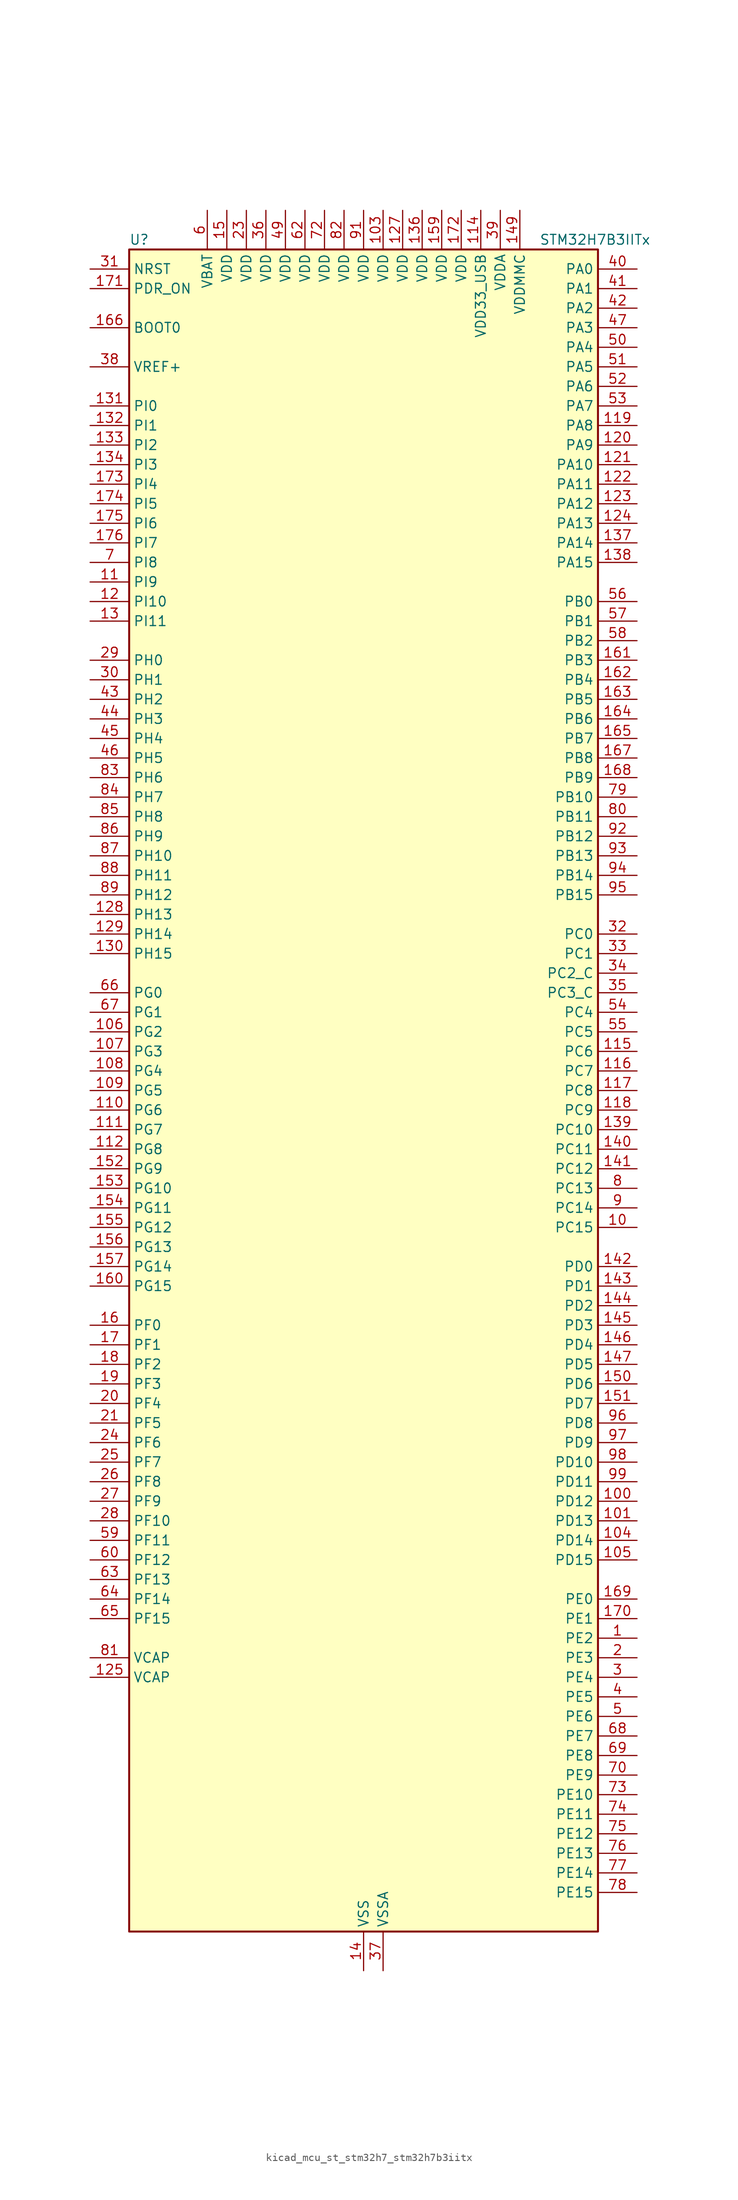
<source format=kicad_sym>
(kicad_symbol_lib
  (version 20220914)
  (generator kicad_symbol_editor)
  (symbol "kicad_mcu_st_stm32h7_stm32h7b3iitx"
    (property "Reference" "U"
      (at -30.48 110.49 0)
      (effects (font (size 1.27 1.27)) (justify left)))
    (property "Value" "STM32H7B3IITx"
      (at 22.86 110.49 0)
      (effects (font (size 1.27 1.27)) (justify left)))
    (property "ki_locked" ""
      (at 0 0 0)
      (effects (font (size 1.27 1.27))))
    (symbol "kicad_mcu_st_stm32h7_stm32h7b3iitx_0_1"
      (rectangle (start -30.48 -109.22) (end 30.48 109.22) (stroke (width 0.254) (type default)) (fill (type background))))
    (symbol "kicad_mcu_st_stm32h7_stm32h7b3iitx_1_1"
      (pin bidirectional line (at 35.56 -71.12 180) (length 5.08) (name "PE2" (effects (font (size 1.27 1.27)))) (number "1" (effects (font (size 1.27 1.27)))) (alternate "DEBUG_TRACECLK" bidirectional line) (alternate "FMC_A23" bidirectional line) (alternate "OCTOSPIM_P1_IO2" bidirectional line) (alternate "SAI1_CK1" bidirectional line) (alternate "SAI1_MCLK_A" bidirectional line) (alternate "SPI4_SCK" bidirectional line) (alternate "USART10_RX" bidirectional line))
      (pin bidirectional line (at 35.56 -17.78 180) (length 5.08) (name "PC15" (effects (font (size 1.27 1.27)))) (number "10" (effects (font (size 1.27 1.27)))) (alternate "ADC1_EXTI15" bidirectional line) (alternate "ADC2_EXTI15" bidirectional line) (alternate "RCC_OSC32_OUT" bidirectional line))
      (pin bidirectional line (at 35.56 -53.34 180) (length 5.08) (name "PD12" (effects (font (size 1.27 1.27)))) (number "100" (effects (font (size 1.27 1.27)))) (alternate "DCMI_D12" bidirectional line) (alternate "FMC_A17" bidirectional line) (alternate "FMC_ALE" bidirectional line) (alternate "I2C4_SCL" bidirectional line) (alternate "LPTIM1_IN1" bidirectional line) (alternate "LPTIM2_IN1" bidirectional line) (alternate "OCTOSPIM_P1_IO1" bidirectional line) (alternate "PSSI_D12" bidirectional line) (alternate "SAI2_FS_A" bidirectional line) (alternate "TIM4_CH1" bidirectional line) (alternate "USART3_DE" bidirectional line) (alternate "USART3_RTS" bidirectional line))
      (pin bidirectional line (at 35.56 -55.88 180) (length 5.08) (name "PD13" (effects (font (size 1.27 1.27)))) (number "101" (effects (font (size 1.27 1.27)))) (alternate "DCMI_D13" bidirectional line) (alternate "FMC_A18" bidirectional line) (alternate "I2C4_SDA" bidirectional line) (alternate "LPTIM1_OUT" bidirectional line) (alternate "OCTOSPIM_P1_IO3" bidirectional line) (alternate "PSSI_D13" bidirectional line) (alternate "SAI2_SCK_A" bidirectional line) (alternate "TIM4_CH2" bidirectional line) (alternate "UART9_DE" bidirectional line) (alternate "UART9_RTS" bidirectional line))
      (pin passive line (at 0 -114.3 90) (length 5.08) hide (name "VSS" (effects (font (size 1.27 1.27)))) (number "102" (effects (font (size 1.27 1.27)))))
      (pin power_in line (at 2.54 114.3 270) (length 5.08) (name "VDD" (effects (font (size 1.27 1.27)))) (number "103" (effects (font (size 1.27 1.27)))))
      (pin bidirectional line (at 35.56 -58.42 180) (length 5.08) (name "PD14" (effects (font (size 1.27 1.27)))) (number "104" (effects (font (size 1.27 1.27)))) (alternate "FMC_D0" bidirectional line) (alternate "FMC_DA0" bidirectional line) (alternate "TIM4_CH3" bidirectional line) (alternate "UART8_CTS" bidirectional line) (alternate "UART9_RX" bidirectional line))
      (pin bidirectional line (at 35.56 -60.96 180) (length 5.08) (name "PD15" (effects (font (size 1.27 1.27)))) (number "105" (effects (font (size 1.27 1.27)))) (alternate "ADC1_EXTI15" bidirectional line) (alternate "ADC2_EXTI15" bidirectional line) (alternate "FMC_D1" bidirectional line) (alternate "FMC_DA1" bidirectional line) (alternate "TIM4_CH4" bidirectional line) (alternate "UART8_DE" bidirectional line) (alternate "UART8_RTS" bidirectional line) (alternate "UART9_TX" bidirectional line))
      (pin bidirectional line (at -35.56 7.62 0) (length 5.08) (name "PG2" (effects (font (size 1.27 1.27)))) (number "106" (effects (font (size 1.27 1.27)))) (alternate "FMC_A12" bidirectional line) (alternate "TIM8_BKIN" bidirectional line) (alternate "TIM8_BKIN_COMP1" bidirectional line) (alternate "TIM8_BKIN_COMP2" bidirectional line))
      (pin bidirectional line (at -35.56 5.08 0) (length 5.08) (name "PG3" (effects (font (size 1.27 1.27)))) (number "107" (effects (font (size 1.27 1.27)))) (alternate "FMC_A13" bidirectional line) (alternate "TIM8_BKIN2" bidirectional line) (alternate "TIM8_BKIN2_COMP1" bidirectional line) (alternate "TIM8_BKIN2_COMP2" bidirectional line))
      (pin bidirectional line (at -35.56 2.54 0) (length 5.08) (name "PG4" (effects (font (size 1.27 1.27)))) (number "108" (effects (font (size 1.27 1.27)))) (alternate "FMC_A14" bidirectional line) (alternate "FMC_BA0" bidirectional line) (alternate "TIM1_BKIN2" bidirectional line) (alternate "TIM1_BKIN2_COMP1" bidirectional line) (alternate "TIM1_BKIN2_COMP2" bidirectional line))
      (pin bidirectional line (at -35.56 0 0) (length 5.08) (name "PG5" (effects (font (size 1.27 1.27)))) (number "109" (effects (font (size 1.27 1.27)))) (alternate "FMC_A15" bidirectional line) (alternate "FMC_BA1" bidirectional line) (alternate "TIM1_ETR" bidirectional line))
      (pin bidirectional line (at -35.56 66.04 0) (length 5.08) (name "PI9" (effects (font (size 1.27 1.27)))) (number "11" (effects (font (size 1.27 1.27)))) (alternate "DAC1_EXTI9" bidirectional line) (alternate "FDCAN1_RX" bidirectional line) (alternate "FMC_D30" bidirectional line) (alternate "LTDC_VSYNC" bidirectional line) (alternate "OCTOSPIM_P2_IO0" bidirectional line) (alternate "UART4_RX" bidirectional line))
      (pin bidirectional line (at -35.56 -2.54 0) (length 5.08) (name "PG6" (effects (font (size 1.27 1.27)))) (number "110" (effects (font (size 1.27 1.27)))) (alternate "DCMI_D12" bidirectional line) (alternate "FMC_NE3" bidirectional line) (alternate "LTDC_R7" bidirectional line) (alternate "OCTOSPIM_P1_NCS" bidirectional line) (alternate "PSSI_D12" bidirectional line) (alternate "TIM17_BKIN" bidirectional line))
      (pin bidirectional line (at -35.56 -5.08 0) (length 5.08) (name "PG7" (effects (font (size 1.27 1.27)))) (number "111" (effects (font (size 1.27 1.27)))) (alternate "DCMI_D13" bidirectional line) (alternate "FMC_INT" bidirectional line) (alternate "LTDC_CLK" bidirectional line) (alternate "OCTOSPIM_P2_DQS" bidirectional line) (alternate "PSSI_D13" bidirectional line) (alternate "SAI1_MCLK_A" bidirectional line) (alternate "USART6_CK" bidirectional line))
      (pin bidirectional line (at -35.56 -7.62 0) (length 5.08) (name "PG8" (effects (font (size 1.27 1.27)))) (number "112" (effects (font (size 1.27 1.27)))) (alternate "FMC_SDCLK" bidirectional line) (alternate "I2S6_WS" bidirectional line) (alternate "LTDC_G7" bidirectional line) (alternate "SPDIFRX_IN2" bidirectional line) (alternate "SPI6_NSS" bidirectional line) (alternate "TIM8_ETR" bidirectional line) (alternate "USART6_DE" bidirectional line) (alternate "USART6_RTS" bidirectional line))
      (pin passive line (at 0 -114.3 90) (length 5.08) hide (name "VSS" (effects (font (size 1.27 1.27)))) (number "113" (effects (font (size 1.27 1.27)))))
      (pin power_in line (at 15.24 114.3 270) (length 5.08) (name "VDD33_USB" (effects (font (size 1.27 1.27)))) (number "114" (effects (font (size 1.27 1.27)))))
      (pin bidirectional line (at 35.56 5.08 180) (length 5.08) (name "PC6" (effects (font (size 1.27 1.27)))) (number "115" (effects (font (size 1.27 1.27)))) (alternate "DCMI_D0" bidirectional line) (alternate "DFSDM1_CKIN3" bidirectional line) (alternate "FMC_NWAIT" bidirectional line) (alternate "I2S2_MCK" bidirectional line) (alternate "LTDC_HSYNC" bidirectional line) (alternate "PSSI_D0" bidirectional line) (alternate "SDMMC1_D0DIR" bidirectional line) (alternate "SDMMC1_D6" bidirectional line) (alternate "SDMMC2_D6" bidirectional line) (alternate "SWPMI1_IO" bidirectional line) (alternate "TIM3_CH1" bidirectional line) (alternate "TIM8_CH1" bidirectional line) (alternate "USART6_TX" bidirectional line))
      (pin bidirectional line (at 35.56 2.54 180) (length 5.08) (name "PC7" (effects (font (size 1.27 1.27)))) (number "116" (effects (font (size 1.27 1.27)))) (alternate "DCMI_D1" bidirectional line) (alternate "DEBUG_TRGIO" bidirectional line) (alternate "DFSDM1_DATIN3" bidirectional line) (alternate "FMC_NE1" bidirectional line) (alternate "I2S3_MCK" bidirectional line) (alternate "LTDC_G6" bidirectional line) (alternate "PSSI_D1" bidirectional line) (alternate "SDMMC1_D123DIR" bidirectional line) (alternate "SDMMC1_D7" bidirectional line) (alternate "SDMMC2_D7" bidirectional line) (alternate "SWPMI1_TX" bidirectional line) (alternate "TIM3_CH2" bidirectional line) (alternate "TIM8_CH2" bidirectional line) (alternate "USART6_RX" bidirectional line))
      (pin bidirectional line (at 35.56 0 180) (length 5.08) (name "PC8" (effects (font (size 1.27 1.27)))) (number "117" (effects (font (size 1.27 1.27)))) (alternate "DCMI_D2" bidirectional line) (alternate "DEBUG_TRACED1" bidirectional line) (alternate "FMC_INT" bidirectional line) (alternate "FMC_NCE" bidirectional line) (alternate "FMC_NE2" bidirectional line) (alternate "PSSI_D2" bidirectional line) (alternate "SDMMC1_D0" bidirectional line) (alternate "SWPMI1_RX" bidirectional line) (alternate "TIM3_CH3" bidirectional line) (alternate "TIM8_CH3" bidirectional line) (alternate "UART5_DE" bidirectional line) (alternate "UART5_RTS" bidirectional line) (alternate "USART6_CK" bidirectional line))
      (pin bidirectional line (at 35.56 -2.54 180) (length 5.08) (name "PC9" (effects (font (size 1.27 1.27)))) (number "118" (effects (font (size 1.27 1.27)))) (alternate "DAC1_EXTI9" bidirectional line) (alternate "DCMI_D3" bidirectional line) (alternate "I2C3_SDA" bidirectional line) (alternate "I2S_CKIN" bidirectional line) (alternate "LTDC_B2" bidirectional line) (alternate "LTDC_G3" bidirectional line) (alternate "OCTOSPIM_P1_IO0" bidirectional line) (alternate "PSSI_D3" bidirectional line) (alternate "RCC_MCO_2" bidirectional line) (alternate "SDMMC1_D1" bidirectional line) (alternate "SWPMI1_SUSPEND" bidirectional line) (alternate "TIM3_CH4" bidirectional line) (alternate "TIM8_CH4" bidirectional line) (alternate "UART5_CTS" bidirectional line))
      (pin bidirectional line (at 35.56 86.36 180) (length 5.08) (name "PA8" (effects (font (size 1.27 1.27)))) (number "119" (effects (font (size 1.27 1.27)))) (alternate "I2C3_SCL" bidirectional line) (alternate "LTDC_B3" bidirectional line) (alternate "LTDC_R6" bidirectional line) (alternate "RCC_MCO_1" bidirectional line) (alternate "TIM1_CH1" bidirectional line) (alternate "TIM8_BKIN2" bidirectional line) (alternate "TIM8_BKIN2_COMP1" bidirectional line) (alternate "TIM8_BKIN2_COMP2" bidirectional line) (alternate "UART7_RX" bidirectional line) (alternate "USART1_CK" bidirectional line) (alternate "USB_OTG_HS_SOF" bidirectional line))
      (pin bidirectional line (at -35.56 63.5 0) (length 5.08) (name "PI10" (effects (font (size 1.27 1.27)))) (number "12" (effects (font (size 1.27 1.27)))) (alternate "FMC_D31" bidirectional line) (alternate "LTDC_HSYNC" bidirectional line) (alternate "OCTOSPIM_P2_IO1" bidirectional line) (alternate "PSSI_D14" bidirectional line))
      (pin bidirectional line (at 35.56 83.82 180) (length 5.08) (name "PA9" (effects (font (size 1.27 1.27)))) (number "120" (effects (font (size 1.27 1.27)))) (alternate "DAC1_EXTI9" bidirectional line) (alternate "DCMI_D0" bidirectional line) (alternate "I2C3_SMBA" bidirectional line) (alternate "I2S2_CK" bidirectional line) (alternate "LPUART1_TX" bidirectional line) (alternate "LTDC_R5" bidirectional line) (alternate "PSSI_D0" bidirectional line) (alternate "SPI2_SCK" bidirectional line) (alternate "TIM1_CH2" bidirectional line) (alternate "USART1_TX" bidirectional line) (alternate "USB_OTG_HS_VBUS" bidirectional line))
      (pin bidirectional line (at 35.56 81.28 180) (length 5.08) (name "PA10" (effects (font (size 1.27 1.27)))) (number "121" (effects (font (size 1.27 1.27)))) (alternate "DCMI_D1" bidirectional line) (alternate "LPUART1_RX" bidirectional line) (alternate "LTDC_B1" bidirectional line) (alternate "LTDC_B4" bidirectional line) (alternate "MDIOS_MDIO" bidirectional line) (alternate "PSSI_D1" bidirectional line) (alternate "TIM1_CH3" bidirectional line) (alternate "USART1_RX" bidirectional line) (alternate "USB_OTG_HS_ID" bidirectional line))
      (pin bidirectional line (at 35.56 78.74 180) (length 5.08) (name "PA11" (effects (font (size 1.27 1.27)))) (number "122" (effects (font (size 1.27 1.27)))) (alternate "ADC1_EXTI11" bidirectional line) (alternate "ADC2_EXTI11" bidirectional line) (alternate "FDCAN1_RX" bidirectional line) (alternate "I2S2_WS" bidirectional line) (alternate "LPUART1_CTS" bidirectional line) (alternate "LTDC_R4" bidirectional line) (alternate "SPI2_NSS" bidirectional line) (alternate "TIM1_CH4" bidirectional line) (alternate "UART4_RX" bidirectional line) (alternate "USART1_CTS" bidirectional line) (alternate "USART1_NSS" bidirectional line) (alternate "USB_OTG_HS_DM" bidirectional line))
      (pin bidirectional line (at 35.56 76.2 180) (length 5.08) (name "PA12" (effects (font (size 1.27 1.27)))) (number "123" (effects (font (size 1.27 1.27)))) (alternate "FDCAN1_TX" bidirectional line) (alternate "I2S2_CK" bidirectional line) (alternate "LPUART1_DE" bidirectional line) (alternate "LPUART1_RTS" bidirectional line) (alternate "LTDC_R5" bidirectional line) (alternate "SAI2_FS_B" bidirectional line) (alternate "SPI2_SCK" bidirectional line) (alternate "TIM1_ETR" bidirectional line) (alternate "UART4_TX" bidirectional line) (alternate "USART1_DE" bidirectional line) (alternate "USART1_RTS" bidirectional line) (alternate "USB_OTG_HS_DP" bidirectional line))
      (pin bidirectional line (at 35.56 73.66 180) (length 5.08) (name "PA13" (effects (font (size 1.27 1.27)))) (number "124" (effects (font (size 1.27 1.27)))) (alternate "DEBUG_JTMS-SWDIO" bidirectional line))
      (pin power_out line (at -35.56 -76.2 0) (length 5.08) (name "VCAP" (effects (font (size 1.27 1.27)))) (number "125" (effects (font (size 1.27 1.27)))))
      (pin passive line (at 0 -114.3 90) (length 5.08) hide (name "VSS" (effects (font (size 1.27 1.27)))) (number "126" (effects (font (size 1.27 1.27)))))
      (pin power_in line (at 5.08 114.3 270) (length 5.08) (name "VDD" (effects (font (size 1.27 1.27)))) (number "127" (effects (font (size 1.27 1.27)))))
      (pin bidirectional line (at -35.56 22.86 0) (length 5.08) (name "PH13" (effects (font (size 1.27 1.27)))) (number "128" (effects (font (size 1.27 1.27)))) (alternate "FDCAN1_TX" bidirectional line) (alternate "FMC_D21" bidirectional line) (alternate "LTDC_G2" bidirectional line) (alternate "TIM8_CH1N" bidirectional line) (alternate "UART4_TX" bidirectional line))
      (pin bidirectional line (at -35.56 20.32 0) (length 5.08) (name "PH14" (effects (font (size 1.27 1.27)))) (number "129" (effects (font (size 1.27 1.27)))) (alternate "DCMI_D4" bidirectional line) (alternate "FDCAN1_RX" bidirectional line) (alternate "FMC_D22" bidirectional line) (alternate "LTDC_G3" bidirectional line) (alternate "PSSI_D4" bidirectional line) (alternate "TIM8_CH2N" bidirectional line) (alternate "UART4_RX" bidirectional line))
      (pin bidirectional line (at -35.56 60.96 0) (length 5.08) (name "PI11" (effects (font (size 1.27 1.27)))) (number "13" (effects (font (size 1.27 1.27)))) (alternate "ADC1_EXTI11" bidirectional line) (alternate "ADC2_EXTI11" bidirectional line) (alternate "LTDC_G6" bidirectional line) (alternate "OCTOSPIM_P2_IO2" bidirectional line) (alternate "PSSI_D15" bidirectional line) (alternate "PWR_WKUP5" bidirectional line) (alternate "USB_OTG_HS_ULPI_DIR" bidirectional line))
      (pin bidirectional line (at -35.56 17.78 0) (length 5.08) (name "PH15" (effects (font (size 1.27 1.27)))) (number "130" (effects (font (size 1.27 1.27)))) (alternate "ADC1_EXTI15" bidirectional line) (alternate "ADC2_EXTI15" bidirectional line) (alternate "DCMI_D11" bidirectional line) (alternate "FMC_D23" bidirectional line) (alternate "LTDC_G4" bidirectional line) (alternate "PSSI_D11" bidirectional line) (alternate "TIM8_CH3N" bidirectional line))
      (pin bidirectional line (at -35.56 88.9 0) (length 5.08) (name "PI0" (effects (font (size 1.27 1.27)))) (number "131" (effects (font (size 1.27 1.27)))) (alternate "DCMI_D13" bidirectional line) (alternate "FMC_D24" bidirectional line) (alternate "I2S2_WS" bidirectional line) (alternate "LTDC_G5" bidirectional line) (alternate "PSSI_D13" bidirectional line) (alternate "SPI2_NSS" bidirectional line) (alternate "TIM5_CH4" bidirectional line))
      (pin bidirectional line (at -35.56 86.36 0) (length 5.08) (name "PI1" (effects (font (size 1.27 1.27)))) (number "132" (effects (font (size 1.27 1.27)))) (alternate "DCMI_D8" bidirectional line) (alternate "FMC_D25" bidirectional line) (alternate "I2S2_CK" bidirectional line) (alternate "LTDC_G6" bidirectional line) (alternate "PSSI_D8" bidirectional line) (alternate "SPI2_SCK" bidirectional line) (alternate "TIM8_BKIN2" bidirectional line) (alternate "TIM8_BKIN2_COMP1" bidirectional line) (alternate "TIM8_BKIN2_COMP2" bidirectional line))
      (pin bidirectional line (at -35.56 83.82 0) (length 5.08) (name "PI2" (effects (font (size 1.27 1.27)))) (number "133" (effects (font (size 1.27 1.27)))) (alternate "DCMI_D9" bidirectional line) (alternate "FMC_D26" bidirectional line) (alternate "I2S2_SDI" bidirectional line) (alternate "LTDC_G7" bidirectional line) (alternate "PSSI_D9" bidirectional line) (alternate "SPI2_MISO" bidirectional line) (alternate "TIM8_CH4" bidirectional line))
      (pin bidirectional line (at -35.56 81.28 0) (length 5.08) (name "PI3" (effects (font (size 1.27 1.27)))) (number "134" (effects (font (size 1.27 1.27)))) (alternate "DCMI_D10" bidirectional line) (alternate "FMC_D27" bidirectional line) (alternate "I2S2_SDO" bidirectional line) (alternate "PSSI_D10" bidirectional line) (alternate "SPI2_MOSI" bidirectional line) (alternate "TIM8_ETR" bidirectional line))
      (pin passive line (at 0 -114.3 90) (length 5.08) hide (name "VSS" (effects (font (size 1.27 1.27)))) (number "135" (effects (font (size 1.27 1.27)))))
      (pin power_in line (at 7.62 114.3 270) (length 5.08) (name "VDD" (effects (font (size 1.27 1.27)))) (number "136" (effects (font (size 1.27 1.27)))))
      (pin bidirectional line (at 35.56 71.12 180) (length 5.08) (name "PA14" (effects (font (size 1.27 1.27)))) (number "137" (effects (font (size 1.27 1.27)))) (alternate "DEBUG_JTCK-SWCLK" bidirectional line))
      (pin bidirectional line (at 35.56 68.58 180) (length 5.08) (name "PA15" (effects (font (size 1.27 1.27)))) (number "138" (effects (font (size 1.27 1.27)))) (alternate "ADC1_EXTI15" bidirectional line) (alternate "ADC2_EXTI15" bidirectional line) (alternate "CEC" bidirectional line) (alternate "DEBUG_JTDI" bidirectional line) (alternate "I2S1_WS" bidirectional line) (alternate "I2S3_WS" bidirectional line) (alternate "I2S6_WS" bidirectional line) (alternate "LTDC_B6" bidirectional line) (alternate "LTDC_R3" bidirectional line) (alternate "SPI1_NSS" bidirectional line) (alternate "SPI3_NSS" bidirectional line) (alternate "SPI6_NSS" bidirectional line) (alternate "TIM2_CH1" bidirectional line) (alternate "TIM2_ETR" bidirectional line) (alternate "UART4_DE" bidirectional line) (alternate "UART4_RTS" bidirectional line) (alternate "UART7_TX" bidirectional line))
      (pin bidirectional line (at 35.56 -5.08 180) (length 5.08) (name "PC10" (effects (font (size 1.27 1.27)))) (number "139" (effects (font (size 1.27 1.27)))) (alternate "DCMI_D8" bidirectional line) (alternate "DFSDM1_CKIN5" bidirectional line) (alternate "DFSDM2_CKIN0" bidirectional line) (alternate "I2S3_CK" bidirectional line) (alternate "LTDC_B1" bidirectional line) (alternate "LTDC_R2" bidirectional line) (alternate "OCTOSPIM_P1_IO1" bidirectional line) (alternate "PSSI_D8" bidirectional line) (alternate "SDMMC1_D2" bidirectional line) (alternate "SPI3_SCK" bidirectional line) (alternate "SWPMI1_RX" bidirectional line) (alternate "UART4_TX" bidirectional line) (alternate "USART3_TX" bidirectional line))
      (pin power_in line (at 0 -114.3 90) (length 5.08) (name "VSS" (effects (font (size 1.27 1.27)))) (number "14" (effects (font (size 1.27 1.27)))))
      (pin bidirectional line (at 35.56 -7.62 180) (length 5.08) (name "PC11" (effects (font (size 1.27 1.27)))) (number "140" (effects (font (size 1.27 1.27)))) (alternate "ADC1_EXTI11" bidirectional line) (alternate "ADC2_EXTI11" bidirectional line) (alternate "DCMI_D4" bidirectional line) (alternate "DFSDM1_DATIN5" bidirectional line) (alternate "DFSDM2_DATIN0" bidirectional line) (alternate "I2S3_SDI" bidirectional line) (alternate "LTDC_B4" bidirectional line) (alternate "OCTOSPIM_P1_NCS" bidirectional line) (alternate "PSSI_D4" bidirectional line) (alternate "SDMMC1_D3" bidirectional line) (alternate "SPI3_MISO" bidirectional line) (alternate "UART4_RX" bidirectional line) (alternate "USART3_RX" bidirectional line))
      (pin bidirectional line (at 35.56 -10.16 180) (length 5.08) (name "PC12" (effects (font (size 1.27 1.27)))) (number "141" (effects (font (size 1.27 1.27)))) (alternate "DCMI_D9" bidirectional line) (alternate "DEBUG_TRACED3" bidirectional line) (alternate "DFSDM2_CKOUT" bidirectional line) (alternate "I2S3_SDO" bidirectional line) (alternate "I2S6_CK" bidirectional line) (alternate "LTDC_R6" bidirectional line) (alternate "PSSI_D9" bidirectional line) (alternate "SDMMC1_CK" bidirectional line) (alternate "SPI3_MOSI" bidirectional line) (alternate "SPI6_SCK" bidirectional line) (alternate "TIM15_CH1" bidirectional line) (alternate "UART5_TX" bidirectional line) (alternate "USART3_CK" bidirectional line))
      (pin bidirectional line (at 35.56 -22.86 180) (length 5.08) (name "PD0" (effects (font (size 1.27 1.27)))) (number "142" (effects (font (size 1.27 1.27)))) (alternate "DFSDM1_CKIN6" bidirectional line) (alternate "FDCAN1_RX" bidirectional line) (alternate "FMC_D2" bidirectional line) (alternate "FMC_DA2" bidirectional line) (alternate "LTDC_B1" bidirectional line) (alternate "UART4_RX" bidirectional line) (alternate "UART9_CTS" bidirectional line))
      (pin bidirectional line (at 35.56 -25.4 180) (length 5.08) (name "PD1" (effects (font (size 1.27 1.27)))) (number "143" (effects (font (size 1.27 1.27)))) (alternate "DFSDM1_DATIN6" bidirectional line) (alternate "FDCAN1_TX" bidirectional line) (alternate "FMC_D3" bidirectional line) (alternate "FMC_DA3" bidirectional line) (alternate "UART4_TX" bidirectional line))
      (pin bidirectional line (at 35.56 -27.94 180) (length 5.08) (name "PD2" (effects (font (size 1.27 1.27)))) (number "144" (effects (font (size 1.27 1.27)))) (alternate "DCMI_D11" bidirectional line) (alternate "DEBUG_TRACED2" bidirectional line) (alternate "LTDC_B2" bidirectional line) (alternate "LTDC_B7" bidirectional line) (alternate "PSSI_D11" bidirectional line) (alternate "SDMMC1_CMD" bidirectional line) (alternate "TIM15_BKIN" bidirectional line) (alternate "TIM3_ETR" bidirectional line) (alternate "UART5_RX" bidirectional line))
      (pin bidirectional line (at 35.56 -30.48 180) (length 5.08) (name "PD3" (effects (font (size 1.27 1.27)))) (number "145" (effects (font (size 1.27 1.27)))) (alternate "DCMI_D5" bidirectional line) (alternate "DFSDM1_CKOUT" bidirectional line) (alternate "FMC_CLK" bidirectional line) (alternate "I2S2_CK" bidirectional line) (alternate "LTDC_G7" bidirectional line) (alternate "PSSI_D5" bidirectional line) (alternate "SPI2_SCK" bidirectional line) (alternate "USART2_CTS" bidirectional line) (alternate "USART2_NSS" bidirectional line))
      (pin bidirectional line (at 35.56 -33.02 180) (length 5.08) (name "PD4" (effects (font (size 1.27 1.27)))) (number "146" (effects (font (size 1.27 1.27)))) (alternate "FMC_NOE" bidirectional line) (alternate "OCTOSPIM_P1_IO4" bidirectional line) (alternate "USART2_DE" bidirectional line) (alternate "USART2_RTS" bidirectional line))
      (pin bidirectional line (at 35.56 -35.56 180) (length 5.08) (name "PD5" (effects (font (size 1.27 1.27)))) (number "147" (effects (font (size 1.27 1.27)))) (alternate "FMC_NWE" bidirectional line) (alternate "OCTOSPIM_P1_IO5" bidirectional line) (alternate "USART2_TX" bidirectional line))
      (pin passive line (at 0 -114.3 90) (length 5.08) hide (name "VSS" (effects (font (size 1.27 1.27)))) (number "148" (effects (font (size 1.27 1.27)))))
      (pin power_in line (at 20.32 114.3 270) (length 5.08) (name "VDDMMC" (effects (font (size 1.27 1.27)))) (number "149" (effects (font (size 1.27 1.27)))))
      (pin power_in line (at -17.78 114.3 270) (length 5.08) (name "VDD" (effects (font (size 1.27 1.27)))) (number "15" (effects (font (size 1.27 1.27)))))
      (pin bidirectional line (at 35.56 -38.1 180) (length 5.08) (name "PD6" (effects (font (size 1.27 1.27)))) (number "150" (effects (font (size 1.27 1.27)))) (alternate "DCMI_D10" bidirectional line) (alternate "DFSDM1_CKIN4" bidirectional line) (alternate "DFSDM1_DATIN1" bidirectional line) (alternate "FMC_NWAIT" bidirectional line) (alternate "I2S3_SDO" bidirectional line) (alternate "LTDC_B2" bidirectional line) (alternate "OCTOSPIM_P1_IO6" bidirectional line) (alternate "PSSI_D10" bidirectional line) (alternate "SAI1_D1" bidirectional line) (alternate "SAI1_SD_A" bidirectional line) (alternate "SDMMC2_CK" bidirectional line) (alternate "SPI3_MOSI" bidirectional line) (alternate "USART2_RX" bidirectional line))
      (pin bidirectional line (at 35.56 -40.64 180) (length 5.08) (name "PD7" (effects (font (size 1.27 1.27)))) (number "151" (effects (font (size 1.27 1.27)))) (alternate "DFSDM1_CKIN1" bidirectional line) (alternate "DFSDM1_DATIN4" bidirectional line) (alternate "FMC_NE1" bidirectional line) (alternate "I2S1_SDO" bidirectional line) (alternate "OCTOSPIM_P1_IO7" bidirectional line) (alternate "SDMMC2_CMD" bidirectional line) (alternate "SPDIFRX_IN0" bidirectional line) (alternate "SPI1_MOSI" bidirectional line) (alternate "USART2_CK" bidirectional line))
      (pin bidirectional line (at -35.56 -10.16 0) (length 5.08) (name "PG9" (effects (font (size 1.27 1.27)))) (number "152" (effects (font (size 1.27 1.27)))) (alternate "DAC1_EXTI9" bidirectional line) (alternate "DCMI_VSYNC" bidirectional line) (alternate "FMC_NCE" bidirectional line) (alternate "FMC_NE2" bidirectional line) (alternate "I2S1_SDI" bidirectional line) (alternate "OCTOSPIM_P1_IO6" bidirectional line) (alternate "PSSI_RDY" bidirectional line) (alternate "SAI2_FS_B" bidirectional line) (alternate "SDMMC2_D0" bidirectional line) (alternate "SPDIFRX_IN3" bidirectional line) (alternate "SPI1_MISO" bidirectional line) (alternate "USART6_RX" bidirectional line))
      (pin bidirectional line (at -35.56 -12.7 0) (length 5.08) (name "PG10" (effects (font (size 1.27 1.27)))) (number "153" (effects (font (size 1.27 1.27)))) (alternate "DCMI_D2" bidirectional line) (alternate "FMC_NE3" bidirectional line) (alternate "I2S1_WS" bidirectional line) (alternate "LTDC_B2" bidirectional line) (alternate "LTDC_G3" bidirectional line) (alternate "OCTOSPIM_P2_IO6" bidirectional line) (alternate "PSSI_D2" bidirectional line) (alternate "SAI2_SD_B" bidirectional line) (alternate "SDMMC2_D1" bidirectional line) (alternate "SPI1_NSS" bidirectional line))
      (pin bidirectional line (at -35.56 -15.24 0) (length 5.08) (name "PG11" (effects (font (size 1.27 1.27)))) (number "154" (effects (font (size 1.27 1.27)))) (alternate "ADC1_EXTI11" bidirectional line) (alternate "ADC2_EXTI11" bidirectional line) (alternate "DCMI_D3" bidirectional line) (alternate "I2S1_CK" bidirectional line) (alternate "LPTIM1_IN2" bidirectional line) (alternate "LTDC_B3" bidirectional line) (alternate "OCTOSPIM_P2_IO7" bidirectional line) (alternate "PSSI_D3" bidirectional line) (alternate "SDMMC2_D2" bidirectional line) (alternate "SPDIFRX_IN0" bidirectional line) (alternate "SPI1_SCK" bidirectional line) (alternate "USART10_RX" bidirectional line))
      (pin bidirectional line (at -35.56 -17.78 0) (length 5.08) (name "PG12" (effects (font (size 1.27 1.27)))) (number "155" (effects (font (size 1.27 1.27)))) (alternate "FMC_NE4" bidirectional line) (alternate "I2S6_SDI" bidirectional line) (alternate "LPTIM1_IN1" bidirectional line) (alternate "LTDC_B1" bidirectional line) (alternate "LTDC_B4" bidirectional line) (alternate "OCTOSPIM_P2_NCS" bidirectional line) (alternate "SDMMC2_D3" bidirectional line) (alternate "SPDIFRX_IN1" bidirectional line) (alternate "SPI6_MISO" bidirectional line) (alternate "USART10_TX" bidirectional line) (alternate "USART6_DE" bidirectional line) (alternate "USART6_RTS" bidirectional line))
      (pin bidirectional line (at -35.56 -20.32 0) (length 5.08) (name "PG13" (effects (font (size 1.27 1.27)))) (number "156" (effects (font (size 1.27 1.27)))) (alternate "DEBUG_TRACED0" bidirectional line) (alternate "FMC_A24" bidirectional line) (alternate "I2S6_CK" bidirectional line) (alternate "LPTIM1_OUT" bidirectional line) (alternate "LTDC_R0" bidirectional line) (alternate "SDMMC2_D6" bidirectional line) (alternate "SPI6_SCK" bidirectional line) (alternate "USART10_CTS" bidirectional line) (alternate "USART10_NSS" bidirectional line) (alternate "USART6_CTS" bidirectional line) (alternate "USART6_NSS" bidirectional line))
      (pin bidirectional line (at -35.56 -22.86 0) (length 5.08) (name "PG14" (effects (font (size 1.27 1.27)))) (number "157" (effects (font (size 1.27 1.27)))) (alternate "DEBUG_TRACED1" bidirectional line) (alternate "FMC_A25" bidirectional line) (alternate "I2S6_SDO" bidirectional line) (alternate "LPTIM1_ETR" bidirectional line) (alternate "LTDC_B0" bidirectional line) (alternate "OCTOSPIM_P1_IO7" bidirectional line) (alternate "SDMMC2_D7" bidirectional line) (alternate "SPI6_MOSI" bidirectional line) (alternate "USART10_DE" bidirectional line) (alternate "USART10_RTS" bidirectional line) (alternate "USART6_TX" bidirectional line))
      (pin passive line (at 0 -114.3 90) (length 5.08) hide (name "VSS" (effects (font (size 1.27 1.27)))) (number "158" (effects (font (size 1.27 1.27)))))
      (pin power_in line (at 10.16 114.3 270) (length 5.08) (name "VDD" (effects (font (size 1.27 1.27)))) (number "159" (effects (font (size 1.27 1.27)))))
      (pin bidirectional line (at -35.56 -30.48 0) (length 5.08) (name "PF0" (effects (font (size 1.27 1.27)))) (number "16" (effects (font (size 1.27 1.27)))) (alternate "FMC_A0" bidirectional line) (alternate "I2C2_SDA" bidirectional line) (alternate "OCTOSPIM_P2_IO0" bidirectional line))
      (pin bidirectional line (at -35.56 -25.4 0) (length 5.08) (name "PG15" (effects (font (size 1.27 1.27)))) (number "160" (effects (font (size 1.27 1.27)))) (alternate "ADC1_EXTI15" bidirectional line) (alternate "ADC2_EXTI15" bidirectional line) (alternate "DCMI_D13" bidirectional line) (alternate "FMC_SDNCAS" bidirectional line) (alternate "OCTOSPIM_P2_DQS" bidirectional line) (alternate "PSSI_D13" bidirectional line) (alternate "USART10_CK" bidirectional line) (alternate "USART6_CTS" bidirectional line) (alternate "USART6_NSS" bidirectional line))
      (pin bidirectional line (at 35.56 55.88 180) (length 5.08) (name "PB3" (effects (font (size 1.27 1.27)))) (number "161" (effects (font (size 1.27 1.27)))) (alternate "CRS_SYNC" bidirectional line) (alternate "DEBUG_JTDO-SWO" bidirectional line) (alternate "I2S1_CK" bidirectional line) (alternate "I2S3_CK" bidirectional line) (alternate "I2S6_CK" bidirectional line) (alternate "SDMMC2_D2" bidirectional line) (alternate "SPI1_SCK" bidirectional line) (alternate "SPI3_SCK" bidirectional line) (alternate "SPI6_SCK" bidirectional line) (alternate "TIM2_CH2" bidirectional line) (alternate "UART7_RX" bidirectional line))
      (pin bidirectional line (at 35.56 53.34 180) (length 5.08) (name "PB4" (effects (font (size 1.27 1.27)))) (number "162" (effects (font (size 1.27 1.27)))) (alternate "DEBUG_JTRST" bidirectional line) (alternate "I2S1_SDI" bidirectional line) (alternate "I2S2_WS" bidirectional line) (alternate "I2S3_SDI" bidirectional line) (alternate "I2S6_SDI" bidirectional line) (alternate "SDMMC2_D3" bidirectional line) (alternate "SPI1_MISO" bidirectional line) (alternate "SPI2_NSS" bidirectional line) (alternate "SPI3_MISO" bidirectional line) (alternate "SPI6_MISO" bidirectional line) (alternate "TIM16_BKIN" bidirectional line) (alternate "TIM3_CH1" bidirectional line) (alternate "UART7_TX" bidirectional line))
      (pin bidirectional line (at 35.56 50.8 180) (length 5.08) (name "PB5" (effects (font (size 1.27 1.27)))) (number "163" (effects (font (size 1.27 1.27)))) (alternate "DCMI_D10" bidirectional line) (alternate "FDCAN2_RX" bidirectional line) (alternate "FMC_SDCKE1" bidirectional line) (alternate "I2C1_SMBA" bidirectional line) (alternate "I2C4_SMBA" bidirectional line) (alternate "I2S1_SDO" bidirectional line) (alternate "I2S3_SDO" bidirectional line) (alternate "I2S6_SDO" bidirectional line) (alternate "LTDC_B5" bidirectional line) (alternate "PSSI_D10" bidirectional line) (alternate "SPI1_MOSI" bidirectional line) (alternate "SPI3_MOSI" bidirectional line) (alternate "SPI6_MOSI" bidirectional line) (alternate "TIM17_BKIN" bidirectional line) (alternate "TIM3_CH2" bidirectional line) (alternate "UART5_RX" bidirectional line) (alternate "USB_OTG_HS_ULPI_D7" bidirectional line))
      (pin bidirectional line (at 35.56 48.26 180) (length 5.08) (name "PB6" (effects (font (size 1.27 1.27)))) (number "164" (effects (font (size 1.27 1.27)))) (alternate "CEC" bidirectional line) (alternate "DCMI_D5" bidirectional line) (alternate "DFSDM1_DATIN5" bidirectional line) (alternate "FDCAN2_TX" bidirectional line) (alternate "FMC_SDNE1" bidirectional line) (alternate "I2C1_SCL" bidirectional line) (alternate "I2C4_SCL" bidirectional line) (alternate "LPUART1_TX" bidirectional line) (alternate "OCTOSPIM_P1_NCS" bidirectional line) (alternate "PSSI_D5" bidirectional line) (alternate "TIM16_CH1N" bidirectional line) (alternate "TIM4_CH1" bidirectional line) (alternate "UART5_TX" bidirectional line) (alternate "USART1_TX" bidirectional line))
      (pin bidirectional line (at 35.56 45.72 180) (length 5.08) (name "PB7" (effects (font (size 1.27 1.27)))) (number "165" (effects (font (size 1.27 1.27)))) (alternate "DCMI_VSYNC" bidirectional line) (alternate "DFSDM1_CKIN5" bidirectional line) (alternate "FMC_NL" bidirectional line) (alternate "I2C1_SDA" bidirectional line) (alternate "I2C4_SDA" bidirectional line) (alternate "LPUART1_RX" bidirectional line) (alternate "PSSI_RDY" bidirectional line) (alternate "PWR_PVD_IN" bidirectional line) (alternate "TIM17_CH1N" bidirectional line) (alternate "TIM4_CH2" bidirectional line) (alternate "USART1_RX" bidirectional line))
      (pin input line (at -35.56 99.06 0) (length 5.08) (name "BOOT0" (effects (font (size 1.27 1.27)))) (number "166" (effects (font (size 1.27 1.27)))))
      (pin bidirectional line (at 35.56 43.18 180) (length 5.08) (name "PB8" (effects (font (size 1.27 1.27)))) (number "167" (effects (font (size 1.27 1.27)))) (alternate "DCMI_D6" bidirectional line) (alternate "DFSDM1_CKIN7" bidirectional line) (alternate "FDCAN1_RX" bidirectional line) (alternate "I2C1_SCL" bidirectional line) (alternate "I2C4_SCL" bidirectional line) (alternate "LTDC_B6" bidirectional line) (alternate "PSSI_D6" bidirectional line) (alternate "SDMMC1_CKIN" bidirectional line) (alternate "SDMMC1_D4" bidirectional line) (alternate "SDMMC2_D4" bidirectional line) (alternate "TIM16_CH1" bidirectional line) (alternate "TIM4_CH3" bidirectional line) (alternate "UART4_RX" bidirectional line))
      (pin bidirectional line (at 35.56 40.64 180) (length 5.08) (name "PB9" (effects (font (size 1.27 1.27)))) (number "168" (effects (font (size 1.27 1.27)))) (alternate "DAC1_EXTI9" bidirectional line) (alternate "DCMI_D7" bidirectional line) (alternate "DFSDM1_DATIN7" bidirectional line) (alternate "FDCAN1_TX" bidirectional line) (alternate "I2C1_SDA" bidirectional line) (alternate "I2C4_SDA" bidirectional line) (alternate "I2C4_SMBA" bidirectional line) (alternate "I2S2_WS" bidirectional line) (alternate "LTDC_B7" bidirectional line) (alternate "PSSI_D7" bidirectional line) (alternate "SDMMC1_CDIR" bidirectional line) (alternate "SDMMC1_D5" bidirectional line) (alternate "SDMMC2_D5" bidirectional line) (alternate "SPI2_NSS" bidirectional line) (alternate "TIM17_CH1" bidirectional line) (alternate "TIM4_CH4" bidirectional line) (alternate "UART4_TX" bidirectional line))
      (pin bidirectional line (at 35.56 -66.04 180) (length 5.08) (name "PE0" (effects (font (size 1.27 1.27)))) (number "169" (effects (font (size 1.27 1.27)))) (alternate "DCMI_D2" bidirectional line) (alternate "FMC_NBL0" bidirectional line) (alternate "LPTIM1_ETR" bidirectional line) (alternate "LPTIM2_ETR" bidirectional line) (alternate "LTDC_R0" bidirectional line) (alternate "PSSI_D2" bidirectional line) (alternate "SAI2_MCLK_A" bidirectional line) (alternate "TIM4_ETR" bidirectional line) (alternate "UART8_RX" bidirectional line))
      (pin bidirectional line (at -35.56 -33.02 0) (length 5.08) (name "PF1" (effects (font (size 1.27 1.27)))) (number "17" (effects (font (size 1.27 1.27)))) (alternate "FMC_A1" bidirectional line) (alternate "I2C2_SCL" bidirectional line) (alternate "OCTOSPIM_P2_IO1" bidirectional line))
      (pin bidirectional line (at 35.56 -68.58 180) (length 5.08) (name "PE1" (effects (font (size 1.27 1.27)))) (number "170" (effects (font (size 1.27 1.27)))) (alternate "DCMI_D3" bidirectional line) (alternate "FMC_NBL1" bidirectional line) (alternate "LPTIM1_IN2" bidirectional line) (alternate "LTDC_R6" bidirectional line) (alternate "PSSI_D3" bidirectional line) (alternate "UART8_TX" bidirectional line))
      (pin input line (at -35.56 104.14 0) (length 5.08) (name "PDR_ON" (effects (font (size 1.27 1.27)))) (number "171" (effects (font (size 1.27 1.27)))))
      (pin power_in line (at 12.7 114.3 270) (length 5.08) (name "VDD" (effects (font (size 1.27 1.27)))) (number "172" (effects (font (size 1.27 1.27)))))
      (pin bidirectional line (at -35.56 78.74 0) (length 5.08) (name "PI4" (effects (font (size 1.27 1.27)))) (number "173" (effects (font (size 1.27 1.27)))) (alternate "DCMI_D5" bidirectional line) (alternate "FMC_NBL2" bidirectional line) (alternate "LTDC_B4" bidirectional line) (alternate "PSSI_D5" bidirectional line) (alternate "SAI2_MCLK_A" bidirectional line) (alternate "TIM8_BKIN" bidirectional line) (alternate "TIM8_BKIN_COMP1" bidirectional line) (alternate "TIM8_BKIN_COMP2" bidirectional line))
      (pin bidirectional line (at -35.56 76.2 0) (length 5.08) (name "PI5" (effects (font (size 1.27 1.27)))) (number "174" (effects (font (size 1.27 1.27)))) (alternate "DCMI_VSYNC" bidirectional line) (alternate "FMC_NBL3" bidirectional line) (alternate "LTDC_B5" bidirectional line) (alternate "PSSI_RDY" bidirectional line) (alternate "SAI2_SCK_A" bidirectional line) (alternate "TIM8_CH1" bidirectional line))
      (pin bidirectional line (at -35.56 73.66 0) (length 5.08) (name "PI6" (effects (font (size 1.27 1.27)))) (number "175" (effects (font (size 1.27 1.27)))) (alternate "DCMI_D6" bidirectional line) (alternate "FMC_D28" bidirectional line) (alternate "LTDC_B6" bidirectional line) (alternate "PSSI_D6" bidirectional line) (alternate "SAI2_SD_A" bidirectional line) (alternate "TIM8_CH2" bidirectional line))
      (pin bidirectional line (at -35.56 71.12 0) (length 5.08) (name "PI7" (effects (font (size 1.27 1.27)))) (number "176" (effects (font (size 1.27 1.27)))) (alternate "DCMI_D7" bidirectional line) (alternate "FMC_D29" bidirectional line) (alternate "LTDC_B7" bidirectional line) (alternate "PSSI_D7" bidirectional line) (alternate "SAI2_FS_A" bidirectional line) (alternate "TIM8_CH3" bidirectional line))
      (pin bidirectional line (at -35.56 -35.56 0) (length 5.08) (name "PF2" (effects (font (size 1.27 1.27)))) (number "18" (effects (font (size 1.27 1.27)))) (alternate "FMC_A2" bidirectional line) (alternate "I2C2_SMBA" bidirectional line) (alternate "OCTOSPIM_P2_IO2" bidirectional line))
      (pin bidirectional line (at -35.56 -38.1 0) (length 5.08) (name "PF3" (effects (font (size 1.27 1.27)))) (number "19" (effects (font (size 1.27 1.27)))) (alternate "FMC_A3" bidirectional line) (alternate "OCTOSPIM_P2_IO3" bidirectional line))
      (pin bidirectional line (at 35.56 -73.66 180) (length 5.08) (name "PE3" (effects (font (size 1.27 1.27)))) (number "2" (effects (font (size 1.27 1.27)))) (alternate "DEBUG_TRACED0" bidirectional line) (alternate "FMC_A19" bidirectional line) (alternate "SAI1_SD_B" bidirectional line) (alternate "TIM15_BKIN" bidirectional line) (alternate "USART10_TX" bidirectional line))
      (pin bidirectional line (at -35.56 -40.64 0) (length 5.08) (name "PF4" (effects (font (size 1.27 1.27)))) (number "20" (effects (font (size 1.27 1.27)))) (alternate "FMC_A4" bidirectional line) (alternate "OCTOSPIM_P2_CLK" bidirectional line))
      (pin bidirectional line (at -35.56 -43.18 0) (length 5.08) (name "PF5" (effects (font (size 1.27 1.27)))) (number "21" (effects (font (size 1.27 1.27)))) (alternate "FMC_A5" bidirectional line) (alternate "OCTOSPIM_P2_NCLK" bidirectional line))
      (pin passive line (at 0 -114.3 90) (length 5.08) hide (name "VSS" (effects (font (size 1.27 1.27)))) (number "22" (effects (font (size 1.27 1.27)))))
      (pin power_in line (at -15.24 114.3 270) (length 5.08) (name "VDD" (effects (font (size 1.27 1.27)))) (number "23" (effects (font (size 1.27 1.27)))))
      (pin bidirectional line (at -35.56 -45.72 0) (length 5.08) (name "PF6" (effects (font (size 1.27 1.27)))) (number "24" (effects (font (size 1.27 1.27)))) (alternate "OCTOSPIM_P1_IO3" bidirectional line) (alternate "SAI1_SD_B" bidirectional line) (alternate "SPI5_NSS" bidirectional line) (alternate "TIM16_CH1" bidirectional line) (alternate "UART7_RX" bidirectional line))
      (pin bidirectional line (at -35.56 -48.26 0) (length 5.08) (name "PF7" (effects (font (size 1.27 1.27)))) (number "25" (effects (font (size 1.27 1.27)))) (alternate "OCTOSPIM_P1_IO2" bidirectional line) (alternate "SAI1_MCLK_B" bidirectional line) (alternate "SPI5_SCK" bidirectional line) (alternate "TIM17_CH1" bidirectional line) (alternate "UART7_TX" bidirectional line))
      (pin bidirectional line (at -35.56 -50.8 0) (length 5.08) (name "PF8" (effects (font (size 1.27 1.27)))) (number "26" (effects (font (size 1.27 1.27)))) (alternate "OCTOSPIM_P1_IO0" bidirectional line) (alternate "SAI1_SCK_B" bidirectional line) (alternate "SPI5_MISO" bidirectional line) (alternate "TIM13_CH1" bidirectional line) (alternate "TIM16_CH1N" bidirectional line) (alternate "UART7_DE" bidirectional line) (alternate "UART7_RTS" bidirectional line))
      (pin bidirectional line (at -35.56 -53.34 0) (length 5.08) (name "PF9" (effects (font (size 1.27 1.27)))) (number "27" (effects (font (size 1.27 1.27)))) (alternate "DAC1_EXTI9" bidirectional line) (alternate "OCTOSPIM_P1_IO1" bidirectional line) (alternate "SAI1_FS_B" bidirectional line) (alternate "SPI5_MOSI" bidirectional line) (alternate "TIM14_CH1" bidirectional line) (alternate "TIM17_CH1N" bidirectional line) (alternate "UART7_CTS" bidirectional line))
      (pin bidirectional line (at -35.56 -55.88 0) (length 5.08) (name "PF10" (effects (font (size 1.27 1.27)))) (number "28" (effects (font (size 1.27 1.27)))) (alternate "DCMI_D11" bidirectional line) (alternate "LTDC_DE" bidirectional line) (alternate "OCTOSPIM_P1_CLK" bidirectional line) (alternate "PSSI_D11" bidirectional line) (alternate "PSSI_D15" bidirectional line) (alternate "SAI1_D3" bidirectional line) (alternate "TIM16_BKIN" bidirectional line))
      (pin bidirectional line (at -35.56 55.88 0) (length 5.08) (name "PH0" (effects (font (size 1.27 1.27)))) (number "29" (effects (font (size 1.27 1.27)))) (alternate "RCC_OSC_IN" bidirectional line))
      (pin bidirectional line (at 35.56 -76.2 180) (length 5.08) (name "PE4" (effects (font (size 1.27 1.27)))) (number "3" (effects (font (size 1.27 1.27)))) (alternate "DCMI_D4" bidirectional line) (alternate "DEBUG_TRACED1" bidirectional line) (alternate "DFSDM1_DATIN3" bidirectional line) (alternate "FMC_A20" bidirectional line) (alternate "LTDC_B0" bidirectional line) (alternate "PSSI_D4" bidirectional line) (alternate "SAI1_D2" bidirectional line) (alternate "SAI1_FS_A" bidirectional line) (alternate "SPI4_NSS" bidirectional line) (alternate "TIM15_CH1N" bidirectional line))
      (pin bidirectional line (at -35.56 53.34 0) (length 5.08) (name "PH1" (effects (font (size 1.27 1.27)))) (number "30" (effects (font (size 1.27 1.27)))) (alternate "RCC_OSC_OUT" bidirectional line))
      (pin input line (at -35.56 106.68 0) (length 5.08) (name "NRST" (effects (font (size 1.27 1.27)))) (number "31" (effects (font (size 1.27 1.27)))))
      (pin bidirectional line (at 35.56 20.32 180) (length 5.08) (name "PC0" (effects (font (size 1.27 1.27)))) (number "32" (effects (font (size 1.27 1.27)))) (alternate "ADC1_INP10" bidirectional line) (alternate "ADC2_INP10" bidirectional line) (alternate "DFSDM1_CKIN0" bidirectional line) (alternate "DFSDM1_DATIN4" bidirectional line) (alternate "FMC_A25" bidirectional line) (alternate "FMC_SDNWE" bidirectional line) (alternate "LTDC_G2" bidirectional line) (alternate "LTDC_R5" bidirectional line) (alternate "SAI2_FS_B" bidirectional line) (alternate "USB_OTG_HS_ULPI_STP" bidirectional line))
      (pin bidirectional line (at 35.56 17.78 180) (length 5.08) (name "PC1" (effects (font (size 1.27 1.27)))) (number "33" (effects (font (size 1.27 1.27)))) (alternate "ADC1_INN10" bidirectional line) (alternate "ADC1_INP11" bidirectional line) (alternate "ADC2_INN10" bidirectional line) (alternate "ADC2_INP11" bidirectional line) (alternate "DEBUG_TRACED0" bidirectional line) (alternate "DFSDM1_CKIN4" bidirectional line) (alternate "DFSDM1_DATIN0" bidirectional line) (alternate "I2S2_SDO" bidirectional line) (alternate "LTDC_G5" bidirectional line) (alternate "MDIOS_MDC" bidirectional line) (alternate "OCTOSPIM_P1_IO4" bidirectional line) (alternate "PWR_WKUP6" bidirectional line) (alternate "RTC_TAMP3" bidirectional line) (alternate "SAI1_D1" bidirectional line) (alternate "SAI1_SD_A" bidirectional line) (alternate "SDMMC2_CK" bidirectional line) (alternate "SPI2_MOSI" bidirectional line))
      (pin bidirectional line (at 35.56 15.24 180) (length 5.08) (name "PC2_C" (effects (font (size 1.27 1.27)))) (number "34" (effects (font (size 1.27 1.27)))) (alternate "ADC2_INN1" bidirectional line) (alternate "ADC2_INP0" bidirectional line) (alternate "DFSDM1_CKIN1" bidirectional line) (alternate "DFSDM1_CKOUT" bidirectional line) (alternate "FMC_SDNE0" bidirectional line) (alternate "I2S2_SDI" bidirectional line) (alternate "OCTOSPIM_P1_IO2" bidirectional line) (alternate "OCTOSPIM_P1_IO5" bidirectional line) (alternate "PWR_CSTOP" bidirectional line) (alternate "SPI2_MISO" bidirectional line) (alternate "USB_OTG_HS_ULPI_DIR" bidirectional line))
      (pin bidirectional line (at 35.56 12.7 180) (length 5.08) (name "PC3_C" (effects (font (size 1.27 1.27)))) (number "35" (effects (font (size 1.27 1.27)))) (alternate "ADC2_INP1" bidirectional line) (alternate "DFSDM1_DATIN1" bidirectional line) (alternate "FMC_SDCKE0" bidirectional line) (alternate "I2S2_SDO" bidirectional line) (alternate "OCTOSPIM_P1_IO0" bidirectional line) (alternate "OCTOSPIM_P1_IO6" bidirectional line) (alternate "PWR_CSLEEP" bidirectional line) (alternate "SPI2_MOSI" bidirectional line) (alternate "USB_OTG_HS_ULPI_NXT" bidirectional line))
      (pin power_in line (at -12.7 114.3 270) (length 5.08) (name "VDD" (effects (font (size 1.27 1.27)))) (number "36" (effects (font (size 1.27 1.27)))))
      (pin power_in line (at 2.54 -114.3 90) (length 5.08) (name "VSSA" (effects (font (size 1.27 1.27)))) (number "37" (effects (font (size 1.27 1.27)))))
      (pin input line (at -35.56 93.98 0) (length 5.08) (name "VREF+" (effects (font (size 1.27 1.27)))) (number "38" (effects (font (size 1.27 1.27)))) (alternate "VREFBUF_OUT" bidirectional line))
      (pin power_in line (at 17.78 114.3 270) (length 5.08) (name "VDDA" (effects (font (size 1.27 1.27)))) (number "39" (effects (font (size 1.27 1.27)))))
      (pin bidirectional line (at 35.56 -78.74 180) (length 5.08) (name "PE5" (effects (font (size 1.27 1.27)))) (number "4" (effects (font (size 1.27 1.27)))) (alternate "DCMI_D6" bidirectional line) (alternate "DEBUG_TRACED2" bidirectional line) (alternate "DFSDM1_CKIN3" bidirectional line) (alternate "FMC_A21" bidirectional line) (alternate "LTDC_G0" bidirectional line) (alternate "PSSI_D6" bidirectional line) (alternate "SAI1_CK2" bidirectional line) (alternate "SAI1_SCK_A" bidirectional line) (alternate "SPI4_MISO" bidirectional line) (alternate "TIM15_CH1" bidirectional line))
      (pin bidirectional line (at 35.56 106.68 180) (length 5.08) (name "PA0" (effects (font (size 1.27 1.27)))) (number "40" (effects (font (size 1.27 1.27)))) (alternate "ADC1_INP16" bidirectional line) (alternate "I2S6_WS" bidirectional line) (alternate "PWR_WKUP1" bidirectional line) (alternate "SAI2_SD_B" bidirectional line) (alternate "SDMMC2_CMD" bidirectional line) (alternate "SPI6_NSS" bidirectional line) (alternate "TIM15_BKIN" bidirectional line) (alternate "TIM2_CH1" bidirectional line) (alternate "TIM2_ETR" bidirectional line) (alternate "TIM5_CH1" bidirectional line) (alternate "TIM8_ETR" bidirectional line) (alternate "UART4_TX" bidirectional line) (alternate "USART2_CTS" bidirectional line) (alternate "USART2_NSS" bidirectional line))
      (pin bidirectional line (at 35.56 104.14 180) (length 5.08) (name "PA1" (effects (font (size 1.27 1.27)))) (number "41" (effects (font (size 1.27 1.27)))) (alternate "ADC1_INN16" bidirectional line) (alternate "ADC1_INP17" bidirectional line) (alternate "LPTIM3_OUT" bidirectional line) (alternate "LTDC_R2" bidirectional line) (alternate "OCTOSPIM_P1_DQS" bidirectional line) (alternate "OCTOSPIM_P1_IO3" bidirectional line) (alternate "SAI2_MCLK_B" bidirectional line) (alternate "TIM15_CH1N" bidirectional line) (alternate "TIM2_CH2" bidirectional line) (alternate "TIM5_CH2" bidirectional line) (alternate "UART4_RX" bidirectional line) (alternate "USART2_DE" bidirectional line) (alternate "USART2_RTS" bidirectional line))
      (pin bidirectional line (at 35.56 101.6 180) (length 5.08) (name "PA2" (effects (font (size 1.27 1.27)))) (number "42" (effects (font (size 1.27 1.27)))) (alternate "ADC1_INP14" bidirectional line) (alternate "DFSDM2_CKIN1" bidirectional line) (alternate "LTDC_R1" bidirectional line) (alternate "MDIOS_MDIO" bidirectional line) (alternate "PWR_WKUP2" bidirectional line) (alternate "SAI2_SCK_B" bidirectional line) (alternate "TIM15_CH1" bidirectional line) (alternate "TIM2_CH3" bidirectional line) (alternate "TIM5_CH3" bidirectional line) (alternate "USART2_TX" bidirectional line))
      (pin bidirectional line (at -35.56 50.8 0) (length 5.08) (name "PH2" (effects (font (size 1.27 1.27)))) (number "43" (effects (font (size 1.27 1.27)))) (alternate "FMC_SDCKE0" bidirectional line) (alternate "LPTIM1_IN2" bidirectional line) (alternate "LTDC_R0" bidirectional line) (alternate "OCTOSPIM_P1_IO4" bidirectional line) (alternate "SAI2_SCK_B" bidirectional line))
      (pin bidirectional line (at -35.56 48.26 0) (length 5.08) (name "PH3" (effects (font (size 1.27 1.27)))) (number "44" (effects (font (size 1.27 1.27)))) (alternate "FMC_SDNE0" bidirectional line) (alternate "LTDC_R1" bidirectional line) (alternate "OCTOSPIM_P1_IO5" bidirectional line) (alternate "SAI2_MCLK_B" bidirectional line))
      (pin bidirectional line (at -35.56 45.72 0) (length 5.08) (name "PH4" (effects (font (size 1.27 1.27)))) (number "45" (effects (font (size 1.27 1.27)))) (alternate "I2C2_SCL" bidirectional line) (alternate "LTDC_G4" bidirectional line) (alternate "LTDC_G5" bidirectional line) (alternate "PSSI_D14" bidirectional line) (alternate "USB_OTG_HS_ULPI_NXT" bidirectional line))
      (pin bidirectional line (at -35.56 43.18 0) (length 5.08) (name "PH5" (effects (font (size 1.27 1.27)))) (number "46" (effects (font (size 1.27 1.27)))) (alternate "FMC_SDNWE" bidirectional line) (alternate "I2C2_SDA" bidirectional line) (alternate "SPI5_NSS" bidirectional line))
      (pin bidirectional line (at 35.56 99.06 180) (length 5.08) (name "PA3" (effects (font (size 1.27 1.27)))) (number "47" (effects (font (size 1.27 1.27)))) (alternate "ADC1_INP15" bidirectional line) (alternate "I2S6_MCK" bidirectional line) (alternate "LTDC_B2" bidirectional line) (alternate "LTDC_B5" bidirectional line) (alternate "OCTOSPIM_P1_CLK" bidirectional line) (alternate "TIM15_CH2" bidirectional line) (alternate "TIM2_CH4" bidirectional line) (alternate "TIM5_CH4" bidirectional line) (alternate "USART2_RX" bidirectional line) (alternate "USB_OTG_HS_ULPI_D0" bidirectional line))
      (pin passive line (at 0 -114.3 90) (length 5.08) hide (name "VSS" (effects (font (size 1.27 1.27)))) (number "48" (effects (font (size 1.27 1.27)))))
      (pin power_in line (at -10.16 114.3 270) (length 5.08) (name "VDD" (effects (font (size 1.27 1.27)))) (number "49" (effects (font (size 1.27 1.27)))))
      (pin bidirectional line (at 35.56 -81.28 180) (length 5.08) (name "PE6" (effects (font (size 1.27 1.27)))) (number "5" (effects (font (size 1.27 1.27)))) (alternate "DCMI_D7" bidirectional line) (alternate "DEBUG_TRACED3" bidirectional line) (alternate "FMC_A22" bidirectional line) (alternate "LTDC_G1" bidirectional line) (alternate "PSSI_D7" bidirectional line) (alternate "SAI1_D1" bidirectional line) (alternate "SAI1_SD_A" bidirectional line) (alternate "SAI2_MCLK_B" bidirectional line) (alternate "SPI4_MOSI" bidirectional line) (alternate "TIM15_CH2" bidirectional line) (alternate "TIM1_BKIN2" bidirectional line) (alternate "TIM1_BKIN2_COMP1" bidirectional line) (alternate "TIM1_BKIN2_COMP2" bidirectional line))
      (pin bidirectional line (at 35.56 96.52 180) (length 5.08) (name "PA4" (effects (font (size 1.27 1.27)))) (number "50" (effects (font (size 1.27 1.27)))) (alternate "ADC1_INP18" bidirectional line) (alternate "DAC1_OUT1" bidirectional line) (alternate "DCMI_HSYNC" bidirectional line) (alternate "I2S1_WS" bidirectional line) (alternate "I2S3_WS" bidirectional line) (alternate "I2S6_WS" bidirectional line) (alternate "LTDC_VSYNC" bidirectional line) (alternate "PSSI_DE" bidirectional line) (alternate "SPI1_NSS" bidirectional line) (alternate "SPI3_NSS" bidirectional line) (alternate "SPI6_NSS" bidirectional line) (alternate "TIM5_ETR" bidirectional line) (alternate "USART2_CK" bidirectional line))
      (pin bidirectional line (at 35.56 93.98 180) (length 5.08) (name "PA5" (effects (font (size 1.27 1.27)))) (number "51" (effects (font (size 1.27 1.27)))) (alternate "ADC1_INN18" bidirectional line) (alternate "ADC1_INP19" bidirectional line) (alternate "DAC1_OUT2" bidirectional line) (alternate "I2S1_CK" bidirectional line) (alternate "I2S6_CK" bidirectional line) (alternate "LTDC_R4" bidirectional line) (alternate "PSSI_D14" bidirectional line) (alternate "PWR_NDSTOP2" bidirectional line) (alternate "SPI1_SCK" bidirectional line) (alternate "SPI6_SCK" bidirectional line) (alternate "TIM2_CH1" bidirectional line) (alternate "TIM2_ETR" bidirectional line) (alternate "TIM8_CH1N" bidirectional line) (alternate "USB_OTG_HS_ULPI_CK" bidirectional line))
      (pin bidirectional line (at 35.56 91.44 180) (length 5.08) (name "PA6" (effects (font (size 1.27 1.27)))) (number "52" (effects (font (size 1.27 1.27)))) (alternate "ADC1_INP3" bidirectional line) (alternate "ADC2_INP3" bidirectional line) (alternate "DAC2_OUT1" bidirectional line) (alternate "DCMI_PIXCLK" bidirectional line) (alternate "I2S1_SDI" bidirectional line) (alternate "I2S6_SDI" bidirectional line) (alternate "LTDC_G2" bidirectional line) (alternate "MDIOS_MDC" bidirectional line) (alternate "OCTOSPIM_P1_IO3" bidirectional line) (alternate "PSSI_PDCK" bidirectional line) (alternate "SPI1_MISO" bidirectional line) (alternate "SPI6_MISO" bidirectional line) (alternate "TIM13_CH1" bidirectional line) (alternate "TIM1_BKIN" bidirectional line) (alternate "TIM1_BKIN_COMP1" bidirectional line) (alternate "TIM1_BKIN_COMP2" bidirectional line) (alternate "TIM3_CH1" bidirectional line) (alternate "TIM8_BKIN" bidirectional line) (alternate "TIM8_BKIN_COMP1" bidirectional line) (alternate "TIM8_BKIN_COMP2" bidirectional line))
      (pin bidirectional line (at 35.56 88.9 180) (length 5.08) (name "PA7" (effects (font (size 1.27 1.27)))) (number "53" (effects (font (size 1.27 1.27)))) (alternate "ADC1_INN3" bidirectional line) (alternate "ADC1_INP7" bidirectional line) (alternate "ADC2_INN3" bidirectional line) (alternate "ADC2_INP7" bidirectional line) (alternate "DFSDM2_DATIN1" bidirectional line) (alternate "FMC_SDNWE" bidirectional line) (alternate "I2S1_SDO" bidirectional line) (alternate "I2S6_SDO" bidirectional line) (alternate "LTDC_VSYNC" bidirectional line) (alternate "OCTOSPIM_P1_IO2" bidirectional line) (alternate "OPAMP1_VINM" bidirectional line) (alternate "SPI1_MOSI" bidirectional line) (alternate "SPI6_MOSI" bidirectional line) (alternate "TIM14_CH1" bidirectional line) (alternate "TIM1_CH1N" bidirectional line) (alternate "TIM3_CH2" bidirectional line) (alternate "TIM8_CH1N" bidirectional line))
      (pin bidirectional line (at 35.56 10.16 180) (length 5.08) (name "PC4" (effects (font (size 1.27 1.27)))) (number "54" (effects (font (size 1.27 1.27)))) (alternate "ADC1_INP4" bidirectional line) (alternate "ADC2_INP4" bidirectional line) (alternate "COMP1_INM" bidirectional line) (alternate "DFSDM1_CKIN2" bidirectional line) (alternate "FMC_SDNE0" bidirectional line) (alternate "I2S1_MCK" bidirectional line) (alternate "LTDC_R7" bidirectional line) (alternate "OPAMP1_VOUT" bidirectional line) (alternate "SPDIFRX_IN2" bidirectional line))
      (pin bidirectional line (at 35.56 7.62 180) (length 5.08) (name "PC5" (effects (font (size 1.27 1.27)))) (number "55" (effects (font (size 1.27 1.27)))) (alternate "ADC1_INN4" bidirectional line) (alternate "ADC1_INP8" bidirectional line) (alternate "ADC2_INN4" bidirectional line) (alternate "ADC2_INP8" bidirectional line) (alternate "COMP1_OUT" bidirectional line) (alternate "DFSDM1_DATIN2" bidirectional line) (alternate "FMC_SDCKE0" bidirectional line) (alternate "LTDC_DE" bidirectional line) (alternate "OCTOSPIM_P1_DQS" bidirectional line) (alternate "OPAMP1_VINM" bidirectional line) (alternate "PSSI_D15" bidirectional line) (alternate "SAI1_D3" bidirectional line) (alternate "SPDIFRX_IN3" bidirectional line))
      (pin bidirectional line (at 35.56 63.5 180) (length 5.08) (name "PB0" (effects (font (size 1.27 1.27)))) (number "56" (effects (font (size 1.27 1.27)))) (alternate "ADC1_INN5" bidirectional line) (alternate "ADC1_INP9" bidirectional line) (alternate "ADC2_INN5" bidirectional line) (alternate "ADC2_INP9" bidirectional line) (alternate "COMP1_INP" bidirectional line) (alternate "DFSDM1_CKOUT" bidirectional line) (alternate "DFSDM2_CKOUT" bidirectional line) (alternate "LTDC_G1" bidirectional line) (alternate "LTDC_R3" bidirectional line) (alternate "OCTOSPIM_P1_IO1" bidirectional line) (alternate "OPAMP1_VINP" bidirectional line) (alternate "TIM1_CH2N" bidirectional line) (alternate "TIM3_CH3" bidirectional line) (alternate "TIM8_CH2N" bidirectional line) (alternate "UART4_CTS" bidirectional line) (alternate "USB_OTG_HS_ULPI_D1" bidirectional line))
      (pin bidirectional line (at 35.56 60.96 180) (length 5.08) (name "PB1" (effects (font (size 1.27 1.27)))) (number "57" (effects (font (size 1.27 1.27)))) (alternate "ADC1_INP5" bidirectional line) (alternate "ADC2_INP5" bidirectional line) (alternate "COMP1_INM" bidirectional line) (alternate "DFSDM1_DATIN1" bidirectional line) (alternate "LTDC_G0" bidirectional line) (alternate "LTDC_R6" bidirectional line) (alternate "OCTOSPIM_P1_IO0" bidirectional line) (alternate "TIM1_CH3N" bidirectional line) (alternate "TIM3_CH4" bidirectional line) (alternate "TIM8_CH3N" bidirectional line) (alternate "USB_OTG_HS_ULPI_D2" bidirectional line))
      (pin bidirectional line (at 35.56 58.42 180) (length 5.08) (name "PB2" (effects (font (size 1.27 1.27)))) (number "58" (effects (font (size 1.27 1.27)))) (alternate "COMP1_INP" bidirectional line) (alternate "DFSDM1_CKIN1" bidirectional line) (alternate "I2S3_SDO" bidirectional line) (alternate "OCTOSPIM_P1_CLK" bidirectional line) (alternate "OCTOSPIM_P1_DQS" bidirectional line) (alternate "RTC_OUT_ALARM" bidirectional line) (alternate "RTC_OUT_CALIB" bidirectional line) (alternate "SAI1_D1" bidirectional line) (alternate "SAI1_SD_A" bidirectional line) (alternate "SPI3_MOSI" bidirectional line))
      (pin bidirectional line (at -35.56 -58.42 0) (length 5.08) (name "PF11" (effects (font (size 1.27 1.27)))) (number "59" (effects (font (size 1.27 1.27)))) (alternate "ADC1_EXTI11" bidirectional line) (alternate "ADC1_INP2" bidirectional line) (alternate "ADC2_EXTI11" bidirectional line) (alternate "DCMI_D12" bidirectional line) (alternate "FMC_SDNRAS" bidirectional line) (alternate "OCTOSPIM_P1_NCLK" bidirectional line) (alternate "PSSI_D12" bidirectional line) (alternate "SAI2_SD_B" bidirectional line) (alternate "SPI5_MOSI" bidirectional line))
      (pin power_in line (at -20.32 114.3 270) (length 5.08) (name "VBAT" (effects (font (size 1.27 1.27)))) (number "6" (effects (font (size 1.27 1.27)))))
      (pin bidirectional line (at -35.56 -60.96 0) (length 5.08) (name "PF12" (effects (font (size 1.27 1.27)))) (number "60" (effects (font (size 1.27 1.27)))) (alternate "ADC1_INN2" bidirectional line) (alternate "ADC1_INP6" bidirectional line) (alternate "FMC_A6" bidirectional line) (alternate "OCTOSPIM_P2_DQS" bidirectional line))
      (pin passive line (at 0 -114.3 90) (length 5.08) hide (name "VSS" (effects (font (size 1.27 1.27)))) (number "61" (effects (font (size 1.27 1.27)))))
      (pin power_in line (at -7.62 114.3 270) (length 5.08) (name "VDD" (effects (font (size 1.27 1.27)))) (number "62" (effects (font (size 1.27 1.27)))))
      (pin bidirectional line (at -35.56 -63.5 0) (length 5.08) (name "PF13" (effects (font (size 1.27 1.27)))) (number "63" (effects (font (size 1.27 1.27)))) (alternate "ADC2_INP2" bidirectional line) (alternate "DFSDM1_DATIN6" bidirectional line) (alternate "FMC_A7" bidirectional line) (alternate "I2C4_SMBA" bidirectional line))
      (pin bidirectional line (at -35.56 -66.04 0) (length 5.08) (name "PF14" (effects (font (size 1.27 1.27)))) (number "64" (effects (font (size 1.27 1.27)))) (alternate "ADC2_INN2" bidirectional line) (alternate "ADC2_INP6" bidirectional line) (alternate "DFSDM1_CKIN6" bidirectional line) (alternate "FMC_A8" bidirectional line) (alternate "I2C4_SCL" bidirectional line))
      (pin bidirectional line (at -35.56 -68.58 0) (length 5.08) (name "PF15" (effects (font (size 1.27 1.27)))) (number "65" (effects (font (size 1.27 1.27)))) (alternate "ADC1_EXTI15" bidirectional line) (alternate "ADC2_EXTI15" bidirectional line) (alternate "FMC_A9" bidirectional line) (alternate "I2C4_SDA" bidirectional line))
      (pin bidirectional line (at -35.56 12.7 0) (length 5.08) (name "PG0" (effects (font (size 1.27 1.27)))) (number "66" (effects (font (size 1.27 1.27)))) (alternate "FMC_A10" bidirectional line) (alternate "OCTOSPIM_P2_IO4" bidirectional line) (alternate "UART9_RX" bidirectional line))
      (pin bidirectional line (at -35.56 10.16 0) (length 5.08) (name "PG1" (effects (font (size 1.27 1.27)))) (number "67" (effects (font (size 1.27 1.27)))) (alternate "FMC_A11" bidirectional line) (alternate "OCTOSPIM_P2_IO5" bidirectional line) (alternate "OPAMP2_VINM" bidirectional line) (alternate "UART9_TX" bidirectional line))
      (pin bidirectional line (at 35.56 -83.82 180) (length 5.08) (name "PE7" (effects (font (size 1.27 1.27)))) (number "68" (effects (font (size 1.27 1.27)))) (alternate "COMP2_INM" bidirectional line) (alternate "DFSDM1_DATIN2" bidirectional line) (alternate "FMC_D4" bidirectional line) (alternate "FMC_DA4" bidirectional line) (alternate "OCTOSPIM_P1_IO4" bidirectional line) (alternate "OPAMP2_VOUT" bidirectional line) (alternate "TIM1_ETR" bidirectional line) (alternate "UART7_RX" bidirectional line))
      (pin bidirectional line (at 35.56 -86.36 180) (length 5.08) (name "PE8" (effects (font (size 1.27 1.27)))) (number "69" (effects (font (size 1.27 1.27)))) (alternate "COMP2_OUT" bidirectional line) (alternate "DFSDM1_CKIN2" bidirectional line) (alternate "FMC_D5" bidirectional line) (alternate "FMC_DA5" bidirectional line) (alternate "OCTOSPIM_P1_IO5" bidirectional line) (alternate "OPAMP2_VINM" bidirectional line) (alternate "TIM1_CH1N" bidirectional line) (alternate "UART7_TX" bidirectional line))
      (pin bidirectional line (at -35.56 68.58 0) (length 5.08) (name "PI8" (effects (font (size 1.27 1.27)))) (number "7" (effects (font (size 1.27 1.27)))) (alternate "PWR_WKUP3" bidirectional line) (alternate "RTC_OUT_ALARM" bidirectional line) (alternate "RTC_TAMP2" bidirectional line))
      (pin bidirectional line (at 35.56 -88.9 180) (length 5.08) (name "PE9" (effects (font (size 1.27 1.27)))) (number "70" (effects (font (size 1.27 1.27)))) (alternate "COMP2_INP" bidirectional line) (alternate "DAC1_EXTI9" bidirectional line) (alternate "DFSDM1_CKOUT" bidirectional line) (alternate "FMC_D6" bidirectional line) (alternate "FMC_DA6" bidirectional line) (alternate "OCTOSPIM_P1_IO6" bidirectional line) (alternate "OPAMP2_VINP" bidirectional line) (alternate "TIM1_CH1" bidirectional line) (alternate "UART7_DE" bidirectional line) (alternate "UART7_RTS" bidirectional line))
      (pin passive line (at 0 -114.3 90) (length 5.08) hide (name "VSS" (effects (font (size 1.27 1.27)))) (number "71" (effects (font (size 1.27 1.27)))))
      (pin power_in line (at -5.08 114.3 270) (length 5.08) (name "VDD" (effects (font (size 1.27 1.27)))) (number "72" (effects (font (size 1.27 1.27)))))
      (pin bidirectional line (at 35.56 -91.44 180) (length 5.08) (name "PE10" (effects (font (size 1.27 1.27)))) (number "73" (effects (font (size 1.27 1.27)))) (alternate "COMP2_INM" bidirectional line) (alternate "DFSDM1_DATIN4" bidirectional line) (alternate "FMC_D7" bidirectional line) (alternate "FMC_DA7" bidirectional line) (alternate "OCTOSPIM_P1_IO7" bidirectional line) (alternate "TIM1_CH2N" bidirectional line) (alternate "UART7_CTS" bidirectional line))
      (pin bidirectional line (at 35.56 -93.98 180) (length 5.08) (name "PE11" (effects (font (size 1.27 1.27)))) (number "74" (effects (font (size 1.27 1.27)))) (alternate "ADC1_EXTI11" bidirectional line) (alternate "ADC2_EXTI11" bidirectional line) (alternate "COMP2_INP" bidirectional line) (alternate "DFSDM1_CKIN4" bidirectional line) (alternate "FMC_D8" bidirectional line) (alternate "FMC_DA8" bidirectional line) (alternate "LTDC_G3" bidirectional line) (alternate "OCTOSPIM_P1_NCS" bidirectional line) (alternate "SAI2_SD_B" bidirectional line) (alternate "SPI4_NSS" bidirectional line) (alternate "TIM1_CH2" bidirectional line))
      (pin bidirectional line (at 35.56 -96.52 180) (length 5.08) (name "PE12" (effects (font (size 1.27 1.27)))) (number "75" (effects (font (size 1.27 1.27)))) (alternate "COMP1_OUT" bidirectional line) (alternate "DFSDM1_DATIN5" bidirectional line) (alternate "FMC_D9" bidirectional line) (alternate "FMC_DA9" bidirectional line) (alternate "LTDC_B4" bidirectional line) (alternate "SAI2_SCK_B" bidirectional line) (alternate "SPI4_SCK" bidirectional line) (alternate "TIM1_CH3N" bidirectional line))
      (pin bidirectional line (at 35.56 -99.06 180) (length 5.08) (name "PE13" (effects (font (size 1.27 1.27)))) (number "76" (effects (font (size 1.27 1.27)))) (alternate "COMP2_OUT" bidirectional line) (alternate "DFSDM1_CKIN5" bidirectional line) (alternate "FMC_D10" bidirectional line) (alternate "FMC_DA10" bidirectional line) (alternate "LTDC_DE" bidirectional line) (alternate "SAI2_FS_B" bidirectional line) (alternate "SPI4_MISO" bidirectional line) (alternate "TIM1_CH3" bidirectional line))
      (pin bidirectional line (at 35.56 -101.6 180) (length 5.08) (name "PE14" (effects (font (size 1.27 1.27)))) (number "77" (effects (font (size 1.27 1.27)))) (alternate "FMC_D11" bidirectional line) (alternate "FMC_DA11" bidirectional line) (alternate "LTDC_CLK" bidirectional line) (alternate "SAI2_MCLK_B" bidirectional line) (alternate "SPI4_MOSI" bidirectional line) (alternate "TIM1_CH4" bidirectional line))
      (pin bidirectional line (at 35.56 -104.14 180) (length 5.08) (name "PE15" (effects (font (size 1.27 1.27)))) (number "78" (effects (font (size 1.27 1.27)))) (alternate "ADC1_EXTI15" bidirectional line) (alternate "ADC2_EXTI15" bidirectional line) (alternate "FMC_D12" bidirectional line) (alternate "FMC_DA12" bidirectional line) (alternate "LTDC_R7" bidirectional line) (alternate "TIM1_BKIN" bidirectional line) (alternate "TIM1_BKIN_COMP1" bidirectional line) (alternate "TIM1_BKIN_COMP2" bidirectional line) (alternate "USART10_CK" bidirectional line))
      (pin bidirectional line (at 35.56 38.1 180) (length 5.08) (name "PB10" (effects (font (size 1.27 1.27)))) (number "79" (effects (font (size 1.27 1.27)))) (alternate "DFSDM1_DATIN7" bidirectional line) (alternate "I2C2_SCL" bidirectional line) (alternate "I2S2_CK" bidirectional line) (alternate "LPTIM2_IN1" bidirectional line) (alternate "LTDC_G4" bidirectional line) (alternate "OCTOSPIM_P1_NCS" bidirectional line) (alternate "SPI2_SCK" bidirectional line) (alternate "TIM2_CH3" bidirectional line) (alternate "USART3_TX" bidirectional line) (alternate "USB_OTG_HS_ULPI_D3" bidirectional line))
      (pin bidirectional line (at 35.56 -12.7 180) (length 5.08) (name "PC13" (effects (font (size 1.27 1.27)))) (number "8" (effects (font (size 1.27 1.27)))) (alternate "PWR_WKUP4" bidirectional line) (alternate "RTC_OUT_ALARM" bidirectional line) (alternate "RTC_OUT_CALIB" bidirectional line) (alternate "RTC_TAMP1" bidirectional line) (alternate "RTC_TS" bidirectional line))
      (pin bidirectional line (at 35.56 35.56 180) (length 5.08) (name "PB11" (effects (font (size 1.27 1.27)))) (number "80" (effects (font (size 1.27 1.27)))) (alternate "ADC1_EXTI11" bidirectional line) (alternate "ADC2_EXTI11" bidirectional line) (alternate "DFSDM1_CKIN7" bidirectional line) (alternate "I2C2_SDA" bidirectional line) (alternate "LPTIM2_ETR" bidirectional line) (alternate "LTDC_G5" bidirectional line) (alternate "TIM2_CH4" bidirectional line) (alternate "USART3_RX" bidirectional line) (alternate "USB_OTG_HS_ULPI_D4" bidirectional line))
      (pin power_out line (at -35.56 -73.66 0) (length 5.08) (name "VCAP" (effects (font (size 1.27 1.27)))) (number "81" (effects (font (size 1.27 1.27)))))
      (pin power_in line (at -2.54 114.3 270) (length 5.08) (name "VDD" (effects (font (size 1.27 1.27)))) (number "82" (effects (font (size 1.27 1.27)))))
      (pin bidirectional line (at -35.56 40.64 0) (length 5.08) (name "PH6" (effects (font (size 1.27 1.27)))) (number "83" (effects (font (size 1.27 1.27)))) (alternate "DCMI_D8" bidirectional line) (alternate "FMC_SDNE1" bidirectional line) (alternate "I2C2_SMBA" bidirectional line) (alternate "PSSI_D8" bidirectional line) (alternate "SPI5_SCK" bidirectional line) (alternate "TIM12_CH1" bidirectional line))
      (pin bidirectional line (at -35.56 38.1 0) (length 5.08) (name "PH7" (effects (font (size 1.27 1.27)))) (number "84" (effects (font (size 1.27 1.27)))) (alternate "DCMI_D9" bidirectional line) (alternate "FMC_SDCKE1" bidirectional line) (alternate "I2C3_SCL" bidirectional line) (alternate "PSSI_D9" bidirectional line) (alternate "SPI5_MISO" bidirectional line))
      (pin bidirectional line (at -35.56 35.56 0) (length 5.08) (name "PH8" (effects (font (size 1.27 1.27)))) (number "85" (effects (font (size 1.27 1.27)))) (alternate "DCMI_HSYNC" bidirectional line) (alternate "FMC_D16" bidirectional line) (alternate "I2C3_SDA" bidirectional line) (alternate "LTDC_R2" bidirectional line) (alternate "PSSI_DE" bidirectional line) (alternate "TIM5_ETR" bidirectional line))
      (pin bidirectional line (at -35.56 33.02 0) (length 5.08) (name "PH9" (effects (font (size 1.27 1.27)))) (number "86" (effects (font (size 1.27 1.27)))) (alternate "DAC1_EXTI9" bidirectional line) (alternate "DCMI_D0" bidirectional line) (alternate "FMC_D17" bidirectional line) (alternate "I2C3_SMBA" bidirectional line) (alternate "LTDC_R3" bidirectional line) (alternate "PSSI_D0" bidirectional line) (alternate "TIM12_CH2" bidirectional line))
      (pin bidirectional line (at -35.56 30.48 0) (length 5.08) (name "PH10" (effects (font (size 1.27 1.27)))) (number "87" (effects (font (size 1.27 1.27)))) (alternate "DCMI_D1" bidirectional line) (alternate "FMC_D18" bidirectional line) (alternate "I2C4_SMBA" bidirectional line) (alternate "LTDC_R4" bidirectional line) (alternate "PSSI_D1" bidirectional line) (alternate "TIM5_CH1" bidirectional line))
      (pin bidirectional line (at -35.56 27.94 0) (length 5.08) (name "PH11" (effects (font (size 1.27 1.27)))) (number "88" (effects (font (size 1.27 1.27)))) (alternate "ADC1_EXTI11" bidirectional line) (alternate "ADC2_EXTI11" bidirectional line) (alternate "DCMI_D2" bidirectional line) (alternate "FMC_D19" bidirectional line) (alternate "I2C4_SCL" bidirectional line) (alternate "LTDC_R5" bidirectional line) (alternate "PSSI_D2" bidirectional line) (alternate "TIM5_CH2" bidirectional line))
      (pin bidirectional line (at -35.56 25.4 0) (length 5.08) (name "PH12" (effects (font (size 1.27 1.27)))) (number "89" (effects (font (size 1.27 1.27)))) (alternate "DCMI_D3" bidirectional line) (alternate "FMC_D20" bidirectional line) (alternate "I2C4_SDA" bidirectional line) (alternate "LTDC_R6" bidirectional line) (alternate "PSSI_D3" bidirectional line) (alternate "TIM5_CH3" bidirectional line))
      (pin bidirectional line (at 35.56 -15.24 180) (length 5.08) (name "PC14" (effects (font (size 1.27 1.27)))) (number "9" (effects (font (size 1.27 1.27)))) (alternate "RCC_OSC32_IN" bidirectional line))
      (pin passive line (at 0 -114.3 90) (length 5.08) hide (name "VSS" (effects (font (size 1.27 1.27)))) (number "90" (effects (font (size 1.27 1.27)))))
      (pin power_in line (at 0 114.3 270) (length 5.08) (name "VDD" (effects (font (size 1.27 1.27)))) (number "91" (effects (font (size 1.27 1.27)))))
      (pin bidirectional line (at 35.56 33.02 180) (length 5.08) (name "PB12" (effects (font (size 1.27 1.27)))) (number "92" (effects (font (size 1.27 1.27)))) (alternate "DFSDM1_DATIN1" bidirectional line) (alternate "DFSDM2_DATIN1" bidirectional line) (alternate "FDCAN2_RX" bidirectional line) (alternate "I2C2_SMBA" bidirectional line) (alternate "I2S2_WS" bidirectional line) (alternate "OCTOSPIM_P1_NCLK" bidirectional line) (alternate "SPI2_NSS" bidirectional line) (alternate "TIM1_BKIN" bidirectional line) (alternate "TIM1_BKIN_COMP1" bidirectional line) (alternate "TIM1_BKIN_COMP2" bidirectional line) (alternate "UART5_RX" bidirectional line) (alternate "USART3_CK" bidirectional line) (alternate "USB_OTG_HS_ULPI_D5" bidirectional line))
      (pin bidirectional line (at 35.56 30.48 180) (length 5.08) (name "PB13" (effects (font (size 1.27 1.27)))) (number "93" (effects (font (size 1.27 1.27)))) (alternate "DCMI_D2" bidirectional line) (alternate "DFSDM1_CKIN1" bidirectional line) (alternate "DFSDM2_CKIN1" bidirectional line) (alternate "FDCAN2_TX" bidirectional line) (alternate "I2S2_CK" bidirectional line) (alternate "LPTIM2_OUT" bidirectional line) (alternate "PSSI_D2" bidirectional line) (alternate "SDMMC1_D0" bidirectional line) (alternate "SPI2_SCK" bidirectional line) (alternate "TIM1_CH1N" bidirectional line) (alternate "UART5_TX" bidirectional line) (alternate "USART3_CTS" bidirectional line) (alternate "USART3_NSS" bidirectional line) (alternate "USB_OTG_HS_ULPI_D6" bidirectional line))
      (pin bidirectional line (at 35.56 27.94 180) (length 5.08) (name "PB14" (effects (font (size 1.27 1.27)))) (number "94" (effects (font (size 1.27 1.27)))) (alternate "DFSDM1_DATIN2" bidirectional line) (alternate "I2S2_SDI" bidirectional line) (alternate "LTDC_CLK" bidirectional line) (alternate "SDMMC2_D0" bidirectional line) (alternate "SPI2_MISO" bidirectional line) (alternate "TIM12_CH1" bidirectional line) (alternate "TIM1_CH2N" bidirectional line) (alternate "TIM8_CH2N" bidirectional line) (alternate "UART4_DE" bidirectional line) (alternate "UART4_RTS" bidirectional line) (alternate "USART1_TX" bidirectional line) (alternate "USART3_DE" bidirectional line) (alternate "USART3_RTS" bidirectional line))
      (pin bidirectional line (at 35.56 25.4 180) (length 5.08) (name "PB15" (effects (font (size 1.27 1.27)))) (number "95" (effects (font (size 1.27 1.27)))) (alternate "ADC1_EXTI15" bidirectional line) (alternate "ADC2_EXTI15" bidirectional line) (alternate "DFSDM1_CKIN2" bidirectional line) (alternate "I2S2_SDO" bidirectional line) (alternate "LTDC_G7" bidirectional line) (alternate "RTC_REFIN" bidirectional line) (alternate "SDMMC2_D1" bidirectional line) (alternate "SPI2_MOSI" bidirectional line) (alternate "TIM12_CH2" bidirectional line) (alternate "TIM1_CH3N" bidirectional line) (alternate "TIM8_CH3N" bidirectional line) (alternate "UART4_CTS" bidirectional line) (alternate "USART1_RX" bidirectional line))
      (pin bidirectional line (at 35.56 -43.18 180) (length 5.08) (name "PD8" (effects (font (size 1.27 1.27)))) (number "96" (effects (font (size 1.27 1.27)))) (alternate "DFSDM1_CKIN3" bidirectional line) (alternate "FMC_D13" bidirectional line) (alternate "FMC_DA13" bidirectional line) (alternate "SPDIFRX_IN1" bidirectional line) (alternate "USART3_TX" bidirectional line))
      (pin bidirectional line (at 35.56 -45.72 180) (length 5.08) (name "PD9" (effects (font (size 1.27 1.27)))) (number "97" (effects (font (size 1.27 1.27)))) (alternate "DAC1_EXTI9" bidirectional line) (alternate "DFSDM1_DATIN3" bidirectional line) (alternate "FMC_D14" bidirectional line) (alternate "FMC_DA14" bidirectional line) (alternate "USART3_RX" bidirectional line))
      (pin bidirectional line (at 35.56 -48.26 180) (length 5.08) (name "PD10" (effects (font (size 1.27 1.27)))) (number "98" (effects (font (size 1.27 1.27)))) (alternate "DFSDM1_CKOUT" bidirectional line) (alternate "DFSDM2_CKOUT" bidirectional line) (alternate "FMC_D15" bidirectional line) (alternate "FMC_DA15" bidirectional line) (alternate "LTDC_B3" bidirectional line) (alternate "USART3_CK" bidirectional line))
      (pin bidirectional line (at 35.56 -50.8 180) (length 5.08) (name "PD11" (effects (font (size 1.27 1.27)))) (number "99" (effects (font (size 1.27 1.27)))) (alternate "ADC1_EXTI11" bidirectional line) (alternate "ADC2_EXTI11" bidirectional line) (alternate "FMC_A16" bidirectional line) (alternate "FMC_CLE" bidirectional line) (alternate "I2C4_SMBA" bidirectional line) (alternate "LPTIM2_IN2" bidirectional line) (alternate "OCTOSPIM_P1_IO0" bidirectional line) (alternate "SAI2_SD_A" bidirectional line) (alternate "USART3_CTS" bidirectional line) (alternate "USART3_NSS" bidirectional line)))))
</source>
